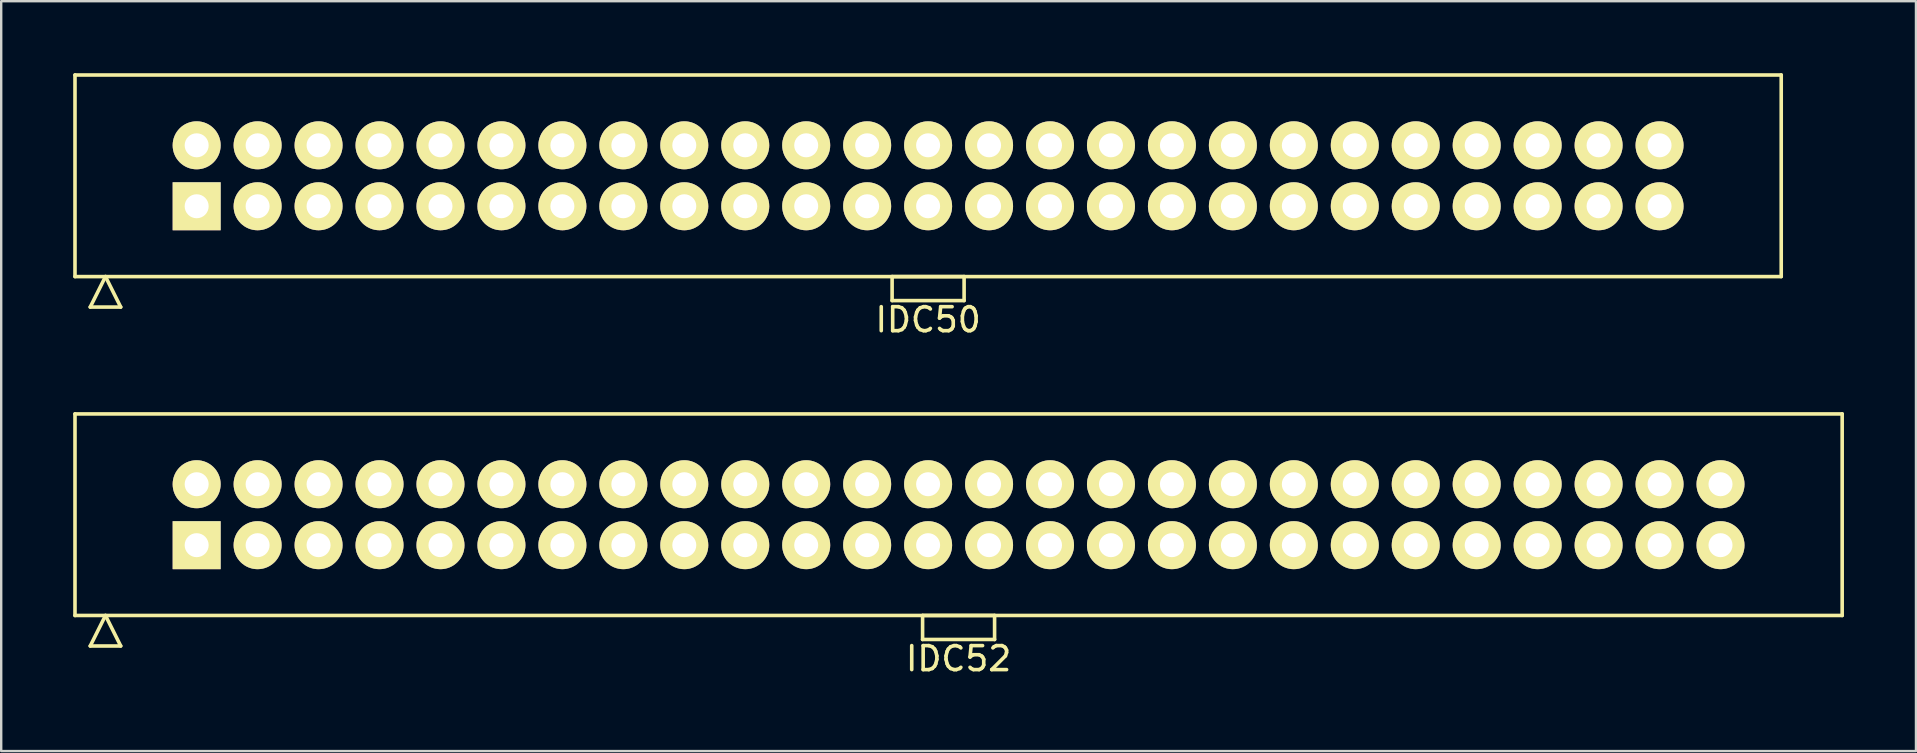
<source format=kicad_pcb>
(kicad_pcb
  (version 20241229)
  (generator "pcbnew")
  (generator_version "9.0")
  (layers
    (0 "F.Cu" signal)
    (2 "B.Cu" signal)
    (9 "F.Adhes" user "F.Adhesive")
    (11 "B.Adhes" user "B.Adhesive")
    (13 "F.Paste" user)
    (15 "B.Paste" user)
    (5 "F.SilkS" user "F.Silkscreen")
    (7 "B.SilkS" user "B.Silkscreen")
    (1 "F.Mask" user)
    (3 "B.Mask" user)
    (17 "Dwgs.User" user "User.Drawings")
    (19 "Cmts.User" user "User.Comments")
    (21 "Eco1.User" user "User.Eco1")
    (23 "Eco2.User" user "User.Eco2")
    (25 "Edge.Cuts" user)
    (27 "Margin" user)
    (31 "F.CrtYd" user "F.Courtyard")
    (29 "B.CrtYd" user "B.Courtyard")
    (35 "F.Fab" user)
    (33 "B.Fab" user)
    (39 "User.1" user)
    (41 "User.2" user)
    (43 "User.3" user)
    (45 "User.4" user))
  (footprint "IDC50"
    (layer "F.Cu")
    (at 35.625 4.275)
    (property "Reference" "IDC50" (at 0 6 0) (layer "F.SilkS") (effects (font (size 1 1) (thickness 0.15))))
    (attr through_hole)
    (fp_line (start -35.55 -4.2) (end -35.55 4.2) (stroke (width 0.15) (type solid)) (layer "F.SilkS"))
    (fp_line (start -35.55 4.2) (end 35.55 4.2) (stroke (width 0.15) (type solid)) (layer "F.SilkS"))
    (fp_line (start -34.915 5.47) (end -34.28 4.2) (stroke (width 0.15) (type solid)) (layer "F.SilkS"))
    (fp_line (start -34.915 5.47) (end -33.645 5.47) (stroke (width 0.15) (type solid)) (layer "F.SilkS"))
    (fp_line (start -33.645 5.47) (end -34.28 4.2) (stroke (width 0.15) (type solid)) (layer "F.SilkS"))
    (fp_line (start -1.5 4.2) (end -1.5 5.2) (stroke (width 0.15) (type solid)) (layer "F.SilkS"))
    (fp_line (start -1.5 5.2) (end 1.5 5.2) (stroke (width 0.15) (type solid)) (layer "F.SilkS"))
    (fp_line (start 1.5 4.2) (end -1.5 4.2) (stroke (width 0.15) (type solid)) (layer "F.SilkS"))
    (fp_line (start 1.5 5.2) (end 1.5 4.2) (stroke (width 0.15) (type solid)) (layer "F.SilkS"))
    (fp_line (start 35.55 -4.2) (end -35.55 -4.2) (stroke (width 0.15) (type solid)) (layer "F.SilkS"))
    (fp_line (start 35.55 4.2) (end 35.55 -4.2) (stroke (width 0.15) (type solid)) (layer "F.SilkS"))
    (pad "1" thru_hole rect (at -30.48 1.27) (size 2 2) (drill 1) (layers "*.Cu" "*.Mask" "F.SilkS"))
    (pad "2" thru_hole circle (at -30.48 -1.27) (size 2 2) (drill 1) (layers "*.Cu" "*.Mask" "F.SilkS"))
    (pad "3" thru_hole circle (at -27.94 1.27) (size 2 2) (drill 1) (layers "*.Cu" "*.Mask" "F.SilkS"))
    (pad "4" thru_hole circle (at -27.94 -1.27) (size 2 2) (drill 1) (layers "*.Cu" "*.Mask" "F.SilkS"))
    (pad "5" thru_hole circle (at -25.4 1.27) (size 2 2) (drill 1) (layers "*.Cu" "*.Mask" "F.SilkS"))
    (pad "6" thru_hole circle (at -25.4 -1.27) (size 2 2) (drill 1) (layers "*.Cu" "*.Mask" "F.SilkS"))
    (pad "7" thru_hole circle (at -22.86 1.27) (size 2 2) (drill 1) (layers "*.Cu" "*.Mask" "F.SilkS"))
    (pad "8" thru_hole circle (at -22.86 -1.27) (size 2 2) (drill 1) (layers "*.Cu" "*.Mask" "F.SilkS"))
    (pad "9" thru_hole circle (at -20.32 1.27) (size 2 2) (drill 1) (layers "*.Cu" "*.Mask" "F.SilkS"))
    (pad "10" thru_hole circle (at -20.32 -1.27) (size 2 2) (drill 1) (layers "*.Cu" "*.Mask" "F.SilkS"))
    (pad "11" thru_hole circle (at -17.78 1.27) (size 2 2) (drill 1) (layers "*.Cu" "*.Mask" "F.SilkS"))
    (pad "12" thru_hole circle (at -17.78 -1.27) (size 2 2) (drill 1) (layers "*.Cu" "*.Mask" "F.SilkS"))
    (pad "13" thru_hole circle (at -15.24 1.27) (size 2 2) (drill 1) (layers "*.Cu" "*.Mask" "F.SilkS"))
    (pad "14" thru_hole circle (at -15.24 -1.27) (size 2 2) (drill 1) (layers "*.Cu" "*.Mask" "F.SilkS"))
    (pad "15" thru_hole circle (at -12.7 1.27) (size 2 2) (drill 1) (layers "*.Cu" "*.Mask" "F.SilkS"))
    (pad "16" thru_hole circle (at -12.7 -1.27) (size 2 2) (drill 1) (layers "*.Cu" "*.Mask" "F.SilkS"))
    (pad "17" thru_hole circle (at -10.16 1.27) (size 2 2) (drill 1) (layers "*.Cu" "*.Mask" "F.SilkS"))
    (pad "18" thru_hole circle (at -10.16 -1.27) (size 2 2) (drill 1) (layers "*.Cu" "*.Mask" "F.SilkS"))
    (pad "19" thru_hole circle (at -7.62 1.27) (size 2 2) (drill 1) (layers "*.Cu" "*.Mask" "F.SilkS"))
    (pad "20" thru_hole circle (at -7.62 -1.27) (size 2 2) (drill 1) (layers "*.Cu" "*.Mask" "F.SilkS"))
    (pad "21" thru_hole circle (at -5.08 1.27) (size 2 2) (drill 1) (layers "*.Cu" "*.Mask" "F.SilkS"))
    (pad "22" thru_hole circle (at -5.08 -1.27) (size 2 2) (drill 1) (layers "*.Cu" "*.Mask" "F.SilkS"))
    (pad "23" thru_hole circle (at -2.54 1.27) (size 2 2) (drill 1) (layers "*.Cu" "*.Mask" "F.SilkS"))
    (pad "24" thru_hole circle (at -2.54 -1.27) (size 2 2) (drill 1) (layers "*.Cu" "*.Mask" "F.SilkS"))
    (pad "25" thru_hole circle (at 0 1.27) (size 2 2) (drill 1) (layers "*.Cu" "*.Mask" "F.SilkS"))
    (pad "26" thru_hole circle (at 0 -1.27) (size 2 2) (drill 1) (layers "*.Cu" "*.Mask" "F.SilkS"))
    (pad "27" thru_hole circle (at 2.54 1.27) (size 2 2) (drill 1) (layers "*.Cu" "*.Mask" "F.SilkS"))
    (pad "28" thru_hole circle (at 2.54 -1.27) (size 2 2) (drill 1) (layers "*.Cu" "*.Mask" "F.SilkS"))
    (pad "29" thru_hole circle (at 5.08 1.27) (size 2 2) (drill 1) (layers "*.Cu" "*.Mask" "F.SilkS"))
    (pad "30" thru_hole circle (at 5.08 -1.27) (size 2 2) (drill 1) (layers "*.Cu" "*.Mask" "F.SilkS"))
    (pad "31" thru_hole circle (at 7.62 1.27) (size 2 2) (drill 1) (layers "*.Cu" "*.Mask" "F.SilkS"))
    (pad "32" thru_hole circle (at 7.62 -1.27) (size 2 2) (drill 1) (layers "*.Cu" "*.Mask" "F.SilkS"))
    (pad "33" thru_hole circle (at 10.16 1.27) (size 2 2) (drill 1) (layers "*.Cu" "*.Mask" "F.SilkS"))
    (pad "34" thru_hole circle (at 10.16 -1.27) (size 2 2) (drill 1) (layers "*.Cu" "*.Mask" "F.SilkS"))
    (pad "35" thru_hole circle (at 12.7 1.27) (size 2 2) (drill 1) (layers "*.Cu" "*.Mask" "F.SilkS"))
    (pad "36" thru_hole circle (at 12.7 -1.27) (size 2 2) (drill 1) (layers "*.Cu" "*.Mask" "F.SilkS"))
    (pad "37" thru_hole circle (at 15.24 1.27) (size 2 2) (drill 1) (layers "*.Cu" "*.Mask" "F.SilkS"))
    (pad "38" thru_hole circle (at 15.24 -1.27) (size 2 2) (drill 1) (layers "*.Cu" "*.Mask" "F.SilkS"))
    (pad "39" thru_hole circle (at 17.78 1.27) (size 2 2) (drill 1) (layers "*.Cu" "*.Mask" "F.SilkS"))
    (pad "40" thru_hole circle (at 17.78 -1.27) (size 2 2) (drill 1) (layers "*.Cu" "*.Mask" "F.SilkS"))
    (pad "41" thru_hole circle (at 20.32 1.27) (size 2 2) (drill 1) (layers "*.Cu" "*.Mask" "F.SilkS"))
    (pad "42" thru_hole circle (at 20.32 -1.27) (size 2 2) (drill 1) (layers "*.Cu" "*.Mask" "F.SilkS"))
    (pad "43" thru_hole circle (at 22.86 1.27) (size 2 2) (drill 1) (layers "*.Cu" "*.Mask" "F.SilkS"))
    (pad "44" thru_hole circle (at 22.86 -1.27) (size 2 2) (drill 1) (layers "*.Cu" "*.Mask" "F.SilkS"))
    (pad "45" thru_hole circle (at 25.4 1.27) (size 2 2) (drill 1) (layers "*.Cu" "*.Mask" "F.SilkS"))
    (pad "46" thru_hole circle (at 25.4 -1.27) (size 2 2) (drill 1) (layers "*.Cu" "*.Mask" "F.SilkS"))
    (pad "47" thru_hole circle (at 27.94 1.27) (size 2 2) (drill 1) (layers "*.Cu" "*.Mask" "F.SilkS"))
    (pad "48" thru_hole circle (at 27.94 -1.27) (size 2 2) (drill 1) (layers "*.Cu" "*.Mask" "F.SilkS"))
    (pad "49" thru_hole circle (at 30.48 1.27) (size 2 2) (drill 1) (layers "*.Cu" "*.Mask" "F.SilkS"))
    (pad "50" thru_hole circle (at 30.48 -1.27) (size 2 2) (drill 1) (layers "*.Cu" "*.Mask" "F.SilkS")))
  (footprint "IDC52"
    (layer "F.Cu")
    (at 36.895 18.398)
    (property "Reference" "IDC52" (at 0 6 0) (layer "F.SilkS") (effects (font (size 1 1) (thickness 0.15))))
    (attr through_hole)
    (fp_line (start -36.82 -4.2) (end -36.82 4.2) (stroke (width 0.15) (type solid)) (layer "F.SilkS"))
    (fp_line (start -36.82 4.2) (end 36.82 4.2) (stroke (width 0.15) (type solid)) (layer "F.SilkS"))
    (fp_line (start -36.185 5.47) (end -35.55 4.2) (stroke (width 0.15) (type solid)) (layer "F.SilkS"))
    (fp_line (start -36.185 5.47) (end -34.915 5.47) (stroke (width 0.15) (type solid)) (layer "F.SilkS"))
    (fp_line (start -34.915 5.47) (end -35.55 4.2) (stroke (width 0.15) (type solid)) (layer "F.SilkS"))
    (fp_line (start -1.5 4.2) (end -1.5 5.2) (stroke (width 0.15) (type solid)) (layer "F.SilkS"))
    (fp_line (start -1.5 5.2) (end 1.5 5.2) (stroke (width 0.15) (type solid)) (layer "F.SilkS"))
    (fp_line (start 1.5 4.2) (end -1.5 4.2) (stroke (width 0.15) (type solid)) (layer "F.SilkS"))
    (fp_line (start 1.5 5.2) (end 1.5 4.2) (stroke (width 0.15) (type solid)) (layer "F.SilkS"))
    (fp_line (start 36.82 -4.2) (end -36.82 -4.2) (stroke (width 0.15) (type solid)) (layer "F.SilkS"))
    (fp_line (start 36.82 4.2) (end 36.82 -4.2) (stroke (width 0.15) (type solid)) (layer "F.SilkS"))
    (pad "1" thru_hole rect (at -31.75 1.27) (size 2 2) (drill 1) (layers "*.Cu" "*.Mask" "F.SilkS"))
    (pad "2" thru_hole circle (at -31.75 -1.27) (size 2 2) (drill 1) (layers "*.Cu" "*.Mask" "F.SilkS"))
    (pad "3" thru_hole circle (at -29.21 1.27) (size 2 2) (drill 1) (layers "*.Cu" "*.Mask" "F.SilkS"))
    (pad "4" thru_hole circle (at -29.21 -1.27) (size 2 2) (drill 1) (layers "*.Cu" "*.Mask" "F.SilkS"))
    (pad "5" thru_hole circle (at -26.67 1.27) (size 2 2) (drill 1) (layers "*.Cu" "*.Mask" "F.SilkS"))
    (pad "6" thru_hole circle (at -26.67 -1.27) (size 2 2) (drill 1) (layers "*.Cu" "*.Mask" "F.SilkS"))
    (pad "7" thru_hole circle (at -24.13 1.27) (size 2 2) (drill 1) (layers "*.Cu" "*.Mask" "F.SilkS"))
    (pad "8" thru_hole circle (at -24.13 -1.27) (size 2 2) (drill 1) (layers "*.Cu" "*.Mask" "F.SilkS"))
    (pad "9" thru_hole circle (at -21.59 1.27) (size 2 2) (drill 1) (layers "*.Cu" "*.Mask" "F.SilkS"))
    (pad "10" thru_hole circle (at -21.59 -1.27) (size 2 2) (drill 1) (layers "*.Cu" "*.Mask" "F.SilkS"))
    (pad "11" thru_hole circle (at -19.05 1.27) (size 2 2) (drill 1) (layers "*.Cu" "*.Mask" "F.SilkS"))
    (pad "12" thru_hole circle (at -19.05 -1.27) (size 2 2) (drill 1) (layers "*.Cu" "*.Mask" "F.SilkS"))
    (pad "13" thru_hole circle (at -16.51 1.27) (size 2 2) (drill 1) (layers "*.Cu" "*.Mask" "F.SilkS"))
    (pad "14" thru_hole circle (at -16.51 -1.27) (size 2 2) (drill 1) (layers "*.Cu" "*.Mask" "F.SilkS"))
    (pad "15" thru_hole circle (at -13.97 1.27) (size 2 2) (drill 1) (layers "*.Cu" "*.Mask" "F.SilkS"))
    (pad "16" thru_hole circle (at -13.97 -1.27) (size 2 2) (drill 1) (layers "*.Cu" "*.Mask" "F.SilkS"))
    (pad "17" thru_hole circle (at -11.43 1.27) (size 2 2) (drill 1) (layers "*.Cu" "*.Mask" "F.SilkS"))
    (pad "18" thru_hole circle (at -11.43 -1.27) (size 2 2) (drill 1) (layers "*.Cu" "*.Mask" "F.SilkS"))
    (pad "19" thru_hole circle (at -8.89 1.27) (size 2 2) (drill 1) (layers "*.Cu" "*.Mask" "F.SilkS"))
    (pad "20" thru_hole circle (at -8.89 -1.27) (size 2 2) (drill 1) (layers "*.Cu" "*.Mask" "F.SilkS"))
    (pad "21" thru_hole circle (at -6.35 1.27) (size 2 2) (drill 1) (layers "*.Cu" "*.Mask" "F.SilkS"))
    (pad "22" thru_hole circle (at -6.35 -1.27) (size 2 2) (drill 1) (layers "*.Cu" "*.Mask" "F.SilkS"))
    (pad "23" thru_hole circle (at -3.81 1.27) (size 2 2) (drill 1) (layers "*.Cu" "*.Mask" "F.SilkS"))
    (pad "24" thru_hole circle (at -3.81 -1.27) (size 2 2) (drill 1) (layers "*.Cu" "*.Mask" "F.SilkS"))
    (pad "25" thru_hole circle (at -1.27 1.27) (size 2 2) (drill 1) (layers "*.Cu" "*.Mask" "F.SilkS"))
    (pad "26" thru_hole circle (at -1.27 -1.27) (size 2 2) (drill 1) (layers "*.Cu" "*.Mask" "F.SilkS"))
    (pad "27" thru_hole circle (at 1.27 1.27) (size 2 2) (drill 1) (layers "*.Cu" "*.Mask" "F.SilkS"))
    (pad "28" thru_hole circle (at 1.27 -1.27) (size 2 2) (drill 1) (layers "*.Cu" "*.Mask" "F.SilkS"))
    (pad "29" thru_hole circle (at 3.81 1.27) (size 2 2) (drill 1) (layers "*.Cu" "*.Mask" "F.SilkS"))
    (pad "30" thru_hole circle (at 3.81 -1.27) (size 2 2) (drill 1) (layers "*.Cu" "*.Mask" "F.SilkS"))
    (pad "31" thru_hole circle (at 6.35 1.27) (size 2 2) (drill 1) (layers "*.Cu" "*.Mask" "F.SilkS"))
    (pad "32" thru_hole circle (at 6.35 -1.27) (size 2 2) (drill 1) (layers "*.Cu" "*.Mask" "F.SilkS"))
    (pad "33" thru_hole circle (at 8.89 1.27) (size 2 2) (drill 1) (layers "*.Cu" "*.Mask" "F.SilkS"))
    (pad "34" thru_hole circle (at 8.89 -1.27) (size 2 2) (drill 1) (layers "*.Cu" "*.Mask" "F.SilkS"))
    (pad "35" thru_hole circle (at 11.43 1.27) (size 2 2) (drill 1) (layers "*.Cu" "*.Mask" "F.SilkS"))
    (pad "36" thru_hole circle (at 11.43 -1.27) (size 2 2) (drill 1) (layers "*.Cu" "*.Mask" "F.SilkS"))
    (pad "37" thru_hole circle (at 13.97 1.27) (size 2 2) (drill 1) (layers "*.Cu" "*.Mask" "F.SilkS"))
    (pad "38" thru_hole circle (at 13.97 -1.27) (size 2 2) (drill 1) (layers "*.Cu" "*.Mask" "F.SilkS"))
    (pad "39" thru_hole circle (at 16.51 1.27) (size 2 2) (drill 1) (layers "*.Cu" "*.Mask" "F.SilkS"))
    (pad "40" thru_hole circle (at 16.51 -1.27) (size 2 2) (drill 1) (layers "*.Cu" "*.Mask" "F.SilkS"))
    (pad "41" thru_hole circle (at 19.05 1.27) (size 2 2) (drill 1) (layers "*.Cu" "*.Mask" "F.SilkS"))
    (pad "42" thru_hole circle (at 19.05 -1.27) (size 2 2) (drill 1) (layers "*.Cu" "*.Mask" "F.SilkS"))
    (pad "43" thru_hole circle (at 21.59 1.27) (size 2 2) (drill 1) (layers "*.Cu" "*.Mask" "F.SilkS"))
    (pad "44" thru_hole circle (at 21.59 -1.27) (size 2 2) (drill 1) (layers "*.Cu" "*.Mask" "F.SilkS"))
    (pad "45" thru_hole circle (at 24.13 1.27) (size 2 2) (drill 1) (layers "*.Cu" "*.Mask" "F.SilkS"))
    (pad "46" thru_hole circle (at 24.13 -1.27) (size 2 2) (drill 1) (layers "*.Cu" "*.Mask" "F.SilkS"))
    (pad "47" thru_hole circle (at 26.67 1.27) (size 2 2) (drill 1) (layers "*.Cu" "*.Mask" "F.SilkS"))
    (pad "48" thru_hole circle (at 26.67 -1.27) (size 2 2) (drill 1) (layers "*.Cu" "*.Mask" "F.SilkS"))
    (pad "49" thru_hole circle (at 29.21 1.27) (size 2 2) (drill 1) (layers "*.Cu" "*.Mask" "F.SilkS"))
    (pad "50" thru_hole circle (at 29.21 -1.27) (size 2 2) (drill 1) (layers "*.Cu" "*.Mask" "F.SilkS"))
    (pad "51" thru_hole circle (at 31.75 1.27) (size 2 2) (drill 1) (layers "*.Cu" "*.Mask" "F.SilkS"))
    (pad "52" thru_hole circle (at 31.75 -1.27) (size 2 2) (drill 1) (layers "*.Cu" "*.Mask" "F.SilkS")))
  (gr_rect
    (start -3 -3)
    (end 76.79 28.247)
    (stroke (width 0.1) (type default))
    (fill no)
    (layer "Edge.Cuts")))
</source>
